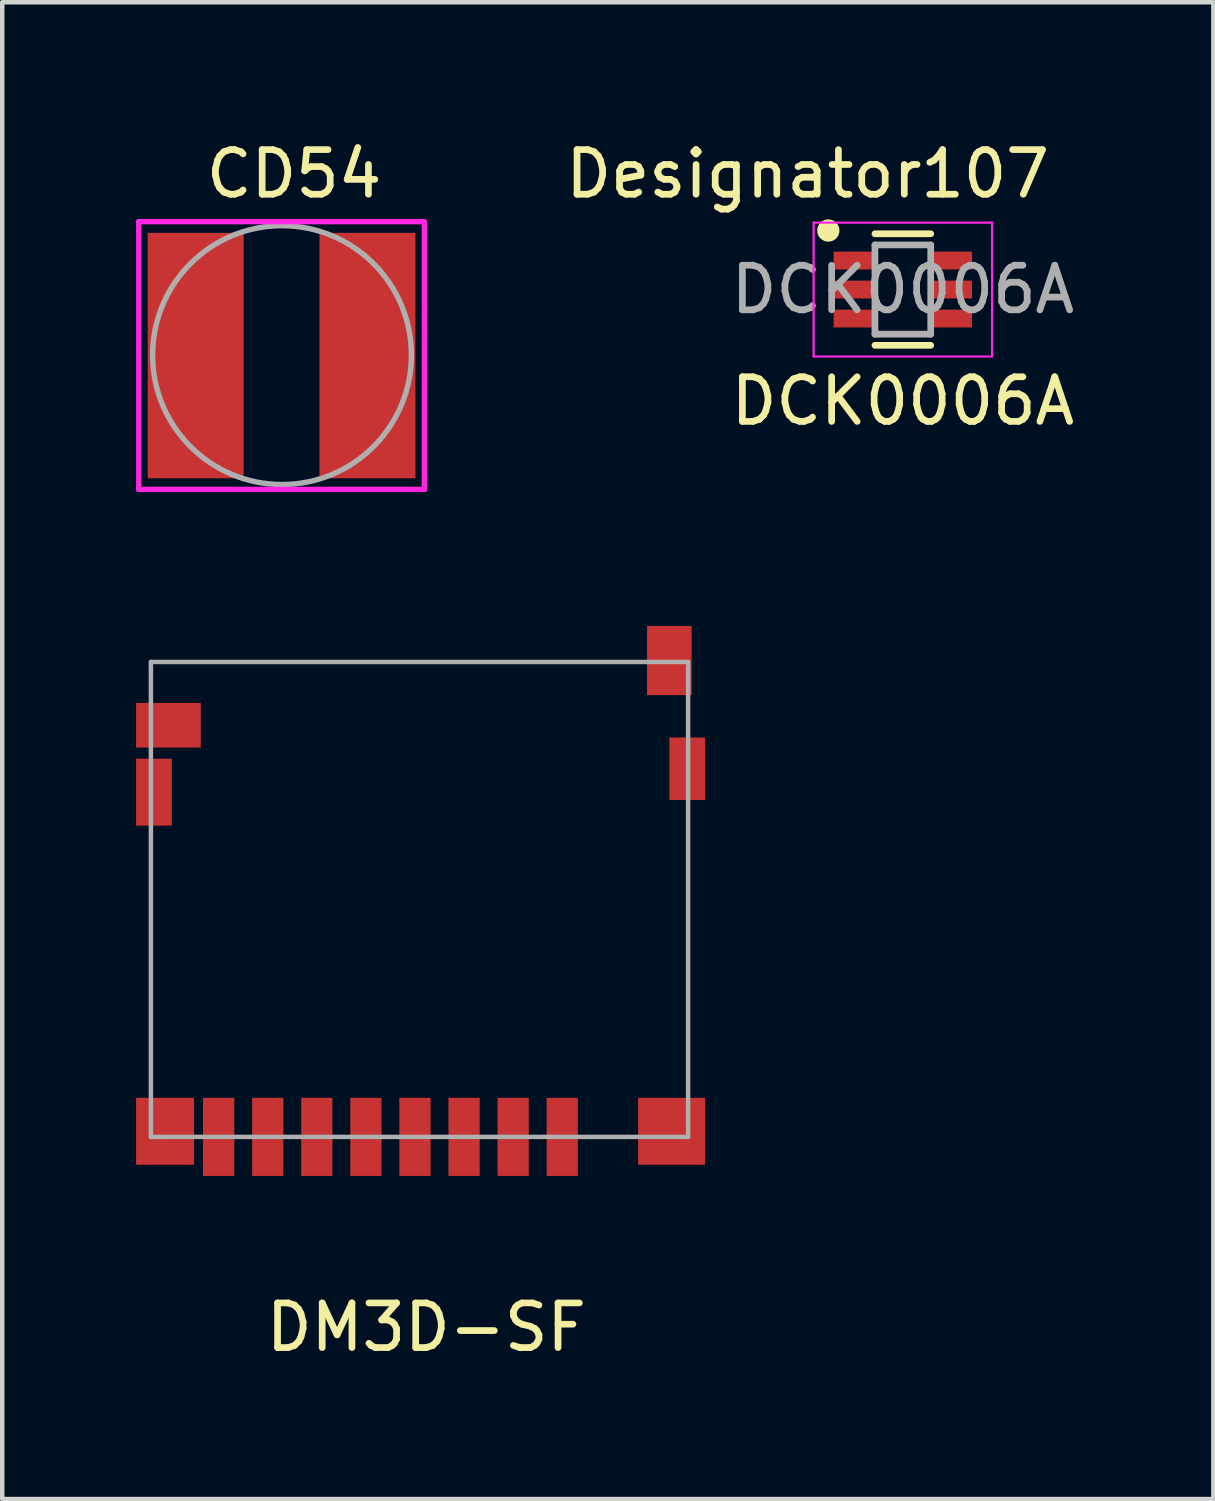
<source format=kicad_pcb>
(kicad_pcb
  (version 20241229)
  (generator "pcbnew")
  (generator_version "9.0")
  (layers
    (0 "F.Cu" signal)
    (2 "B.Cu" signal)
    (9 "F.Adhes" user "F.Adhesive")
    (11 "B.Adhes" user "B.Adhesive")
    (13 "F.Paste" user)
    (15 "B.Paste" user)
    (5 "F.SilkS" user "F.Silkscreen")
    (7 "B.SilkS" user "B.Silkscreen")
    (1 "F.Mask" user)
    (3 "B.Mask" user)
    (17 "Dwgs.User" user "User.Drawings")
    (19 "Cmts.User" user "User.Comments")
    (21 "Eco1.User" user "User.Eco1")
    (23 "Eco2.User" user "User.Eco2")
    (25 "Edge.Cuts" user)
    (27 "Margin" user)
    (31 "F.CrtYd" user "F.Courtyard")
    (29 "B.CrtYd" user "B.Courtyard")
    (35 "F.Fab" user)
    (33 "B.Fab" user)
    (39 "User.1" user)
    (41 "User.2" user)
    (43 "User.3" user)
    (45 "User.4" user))
  (footprint "DM3D-SF"
    (layer "F.Cu")
    (at 6.25 22.428)
    (property "Reference" "DM3D-SF" (at 0.254 4.267 0) (layer "F.SilkS") (effects (font (size 1 1) (thickness 0.15))))
    (attr through_hole)
    (fp_line (start -5.918 -10.643) (end -5.918 -10.465) (stroke (width 0.1) (type solid)) (layer "F.Fab"))
    (fp_line (start -5.918 0) (end -5.918 -10.465) (stroke (width 0.1) (type solid)) (layer "F.Fab"))
    (fp_line (start -5.715 0) (end -5.918 0) (stroke (width 0.1) (type solid)) (layer "F.Fab"))
    (fp_line (start 6.121 -10.643) (end -5.918 -10.643) (stroke (width 0.1) (type solid)) (layer "F.Fab"))
    (fp_line (start 6.121 -10.643) (end 6.121 0) (stroke (width 0.1) (type solid)) (layer "F.Fab"))
    (fp_line (start 6.121 0) (end -5.715 0) (stroke (width 0.1) (type solid)) (layer "F.Fab"))
    (pad "1" smd rect (at 3.3 0) (size 0.7 1.75) (layers "F.Cu" "F.Mask" "F.Paste"))
    (pad "2" smd rect (at 2.2 0) (size 0.7 1.75) (layers "F.Cu" "F.Mask" "F.Paste"))
    (pad "3" smd rect (at 1.1 0) (size 0.7 1.75) (layers "F.Cu" "F.Mask" "F.Paste"))
    (pad "4" smd rect (at 0 0) (size 0.7 1.75) (layers "F.Cu" "F.Mask" "F.Paste"))
    (pad "5" smd rect (at -1.1 0) (size 0.7 1.75) (layers "F.Cu" "F.Mask" "F.Paste"))
    (pad "6" smd rect (at -2.2 0) (size 0.7 1.75) (layers "F.Cu" "F.Mask" "F.Paste"))
    (pad "7" smd rect (at -3.3 0) (size 0.7 1.75) (layers "F.Cu" "F.Mask" "F.Paste"))
    (pad "8" smd rect (at -4.4 0) (size 0.7 1.75) (layers "F.Cu" "F.Mask" "F.Paste"))
    (pad "9" smd rect (at -5.525 -9.225) (size 1.45 1) (layers "F.Cu" "F.Mask" "F.Paste"))
    (pad "10" smd rect (at 5.7 -10.675) (size 1 1.55) (layers "F.Cu" "F.Mask" "F.Paste"))
    (pad "11" smd rect (at -5.85 -7.725) (size 0.8 1.5) (layers "F.Cu" "F.Mask" "F.Paste"))
    (pad "11" smd rect (at -5.6 -0.125) (size 1.3 1.5) (layers "F.Cu" "F.Mask" "F.Paste"))
    (pad "11" smd rect (at 5.75 -0.125) (size 1.5 1.5) (layers "F.Cu" "F.Mask" "F.Paste"))
    (pad "11" smd rect (at 6.1 -8.25) (size 0.8 1.4) (layers "F.Cu" "F.Mask" "F.Paste")))
  (footprint "DCK0006A"
    (layer "F.Cu")
    (at 17.183 3.439)
    (property "Reference" "DCK0006A" (at 0 2.5 0) (unlocked yes) (layer "F.SilkS") (effects (font (size 1 1) (thickness 0.15))))
    (attr smd)
    (fp_line (start -0.625 -1.25) (end 0.625 -1.25) (stroke (width 0.15) (type solid)) (layer "F.SilkS"))
    (fp_line (start -0.625 1.25) (end 0.625 1.25) (stroke (width 0.15) (type solid)) (layer "F.SilkS"))
    (fp_circle (center -1.67 -1.323) (end -1.545 -1.323) (stroke (width 0.25) (type solid)) (fill no) (layer "F.SilkS"))
    (fp_line (start -2 -1.5) (end -2 1.5) (stroke (width 0.05) (type solid)) (layer "F.CrtYd"))
    (fp_line (start -2 -1.5) (end 2 -1.5) (stroke (width 0.05) (type default)) (layer "F.CrtYd"))
    (fp_line (start 2 -1.5) (end 2 1.5) (stroke (width 0.05) (type solid)) (layer "F.CrtYd"))
    (fp_line (start 2 1.5) (end -2 1.5) (stroke (width 0.05) (type default)) (layer "F.CrtYd"))
    (fp_line (start -0.625 -1) (end 0.625 -1) (stroke (width 0.15) (type solid)) (layer "F.Fab"))
    (fp_line (start -0.625 1) (end -0.625 -1) (stroke (width 0.15) (type solid)) (layer "F.Fab"))
    (fp_line (start -0.625 1) (end 0.625 1) (stroke (width 0.15) (type solid)) (layer "F.Fab"))
    (fp_line (start 0.625 1) (end 0.625 -1) (stroke (width 0.15) (type solid)) (layer "F.Fab"))
    (fp_text user "Designator107" (at -2.134 -2.591 0) (unlocked yes) (layer "F.SilkS") (effects (font (size 1 1) (thickness 0.15))))
    (fp_text user "${REFERENCE}" (at 0 0 0) (unlocked yes) (layer "F.Fab") (effects (font (size 1 1) (thickness 0.15))))
    (pad "1" smd rect (at -1.1 -0.65) (size 0.9 0.4) (layers "F.Cu" "F.Mask" "F.Paste"))
    (pad "2" smd rect (at -1.1 0) (size 0.9 0.4) (layers "F.Cu" "F.Mask" "F.Paste"))
    (pad "3" smd rect (at -1.1 0.65) (size 0.9 0.4) (layers "F.Cu" "F.Mask" "F.Paste"))
    (pad "4" smd rect (at 1.1 0.65) (size 0.9 0.4) (layers "F.Cu" "F.Mask" "F.Paste"))
    (pad "5" smd rect (at 1.1 0) (size 0.9 0.4) (layers "F.Cu" "F.Mask" "F.Paste"))
    (pad "6" smd rect (at 1.1 -0.65) (size 0.9 0.4) (layers "F.Cu" "F.Mask" "F.Paste")))
  (footprint "CD54"
    (layer "F.Cu")
    (at 3.26 4.918)
    (property "Reference" "CD54" (at 0.28 -4.07 0) (layer "F.SilkS") (effects (font (size 1 1) (thickness 0.15))))
    (attr through_hole)
    (fp_line (start -3.2 -3) (end -3.2 3) (stroke (width 0.12) (type solid)) (layer "F.CrtYd"))
    (fp_line (start -3.2 -3) (end 3.2 -3) (stroke (width 0.12) (type solid)) (layer "F.CrtYd"))
    (fp_line (start -3.2 3) (end 3.2 3) (stroke (width 0.12) (type solid)) (layer "F.CrtYd"))
    (fp_line (start 3.2 -3) (end 3.2 3) (stroke (width 0.12) (type solid)) (layer "F.CrtYd"))
    (fp_circle (center 0.01 -0.01) (end 2.91 -0.01) (stroke (width 0.12) (type solid)) (fill no) (layer "F.Fab"))
    (pad "1" smd rect (at -1.925 0) (size 2.15 5.5) (layers "F.Cu" "F.Mask" "F.Paste"))
    (pad "2" smd rect (at 1.925 0) (size 2.15 5.5) (layers "F.Cu" "F.Mask" "F.Paste")))
  (gr_rect
    (start -3 -3)
    (end 24.142 30.544)
    (stroke (width 0.1) (type default))
    (fill no)
    (layer "Edge.Cuts")))
</source>
